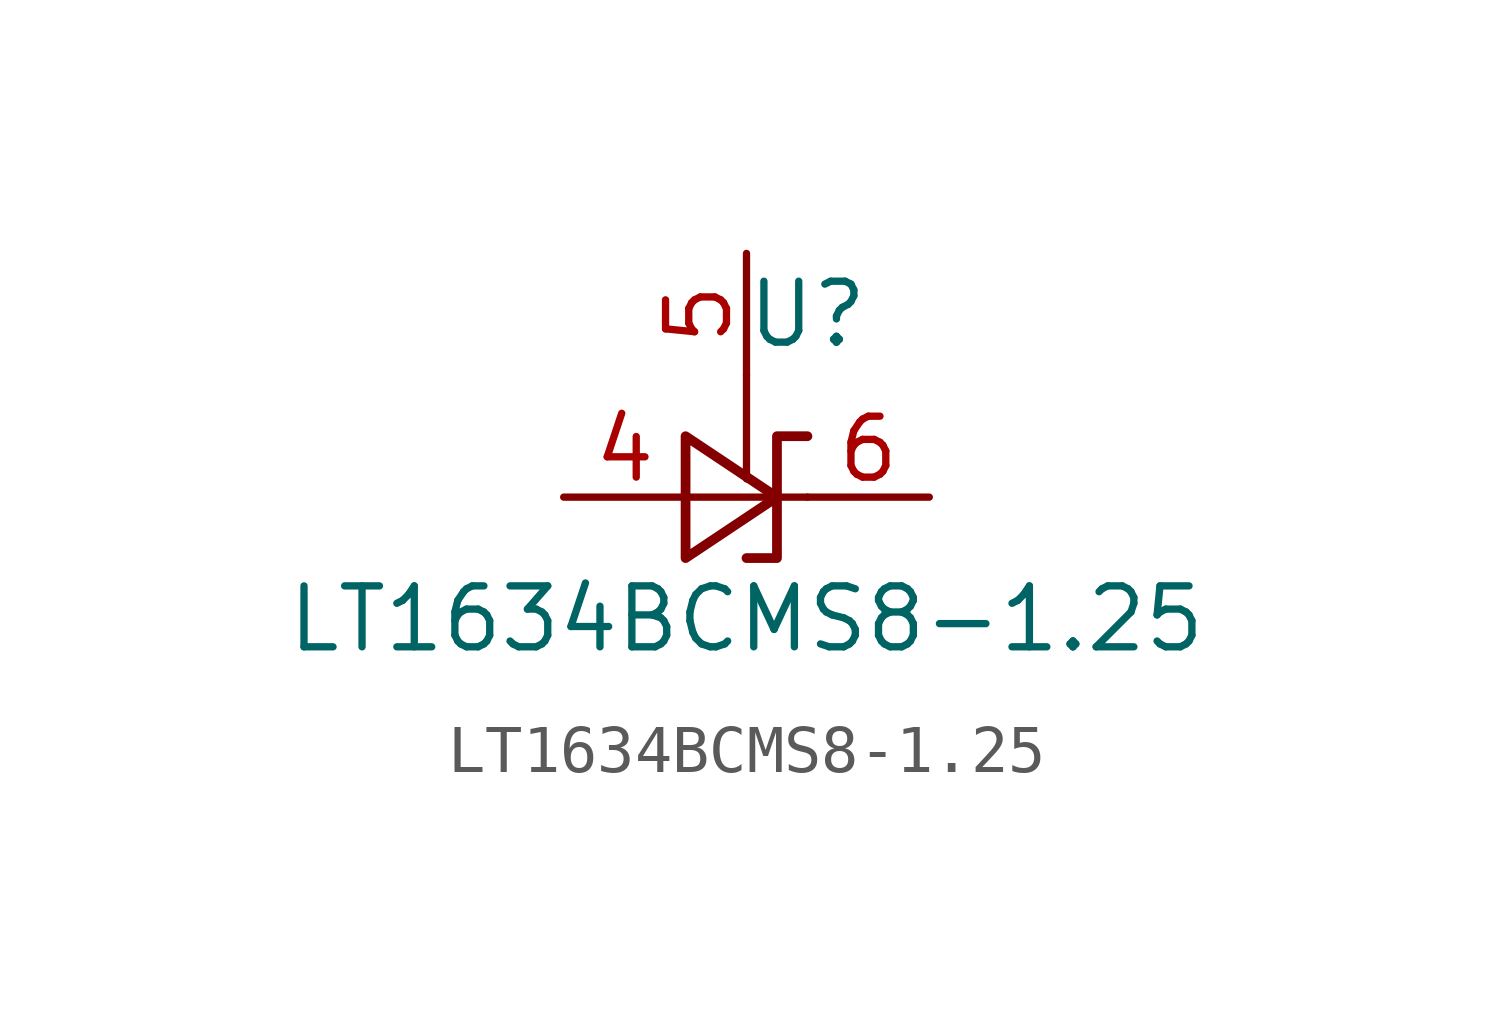
<source format=kicad_sym>
(kicad_symbol_lib
  (version 20241209)
  (generator "kicad_symbol_editor")
  (generator_version "9.0")
  (symbol "LT1634BCMS8-1.25"
    (pin_names
      (offset 0.254)
      (hide yes))
    (property "Reference" "U"
      (at 1.27 3.81 0)
      (effects (font (size 1.27 1.27))))
    (property "Value" "LT1634BCMS8-1.25"
      (at 0 -2.54 0)
      (effects (font (size 1.27 1.27))))
    (symbol "LT1634BCMS8-1.25_1_1"
      (polyline (pts (xy -1.27 0) (xy 0 0) (xy 1.27 0)) (stroke (width 0) (type default)) (fill (type none)))
      (polyline (pts (xy -1.27 -1.27) (xy 0.635 0) (xy -1.27 1.27) (xy -1.27 -1.27)) (stroke (width 0.203) (type default)) (fill (type none)))
      (polyline (pts (xy 0 2.54) (xy 0 0.381)) (stroke (width 0) (type default)) (fill (type none)))
      (polyline (pts (xy 0 -1.27) (xy 0.635 -1.27) (xy 0.635 1.27) (xy 1.27 1.27)) (stroke (width 0.203) (type default)) (fill (type none)))
      (pin passive line (at -3.81 0 0) (length 2.54) (name "A" (effects (font (size 1.27 1.27)))) (number "4" (effects (font (size 1.27 1.27)))))
      (pin input line (at 0 5.08 270) (length 2.54) (name "Test" (effects (font (size 1.27 1.27)))) (number "5" (effects (font (size 1.27 1.27)))))
      (pin passive line (at 3.81 0 180) (length 2.54) (name "K" (effects (font (size 1.27 1.27)))) (number "6" (effects (font (size 1.27 1.27))))))))
</source>
